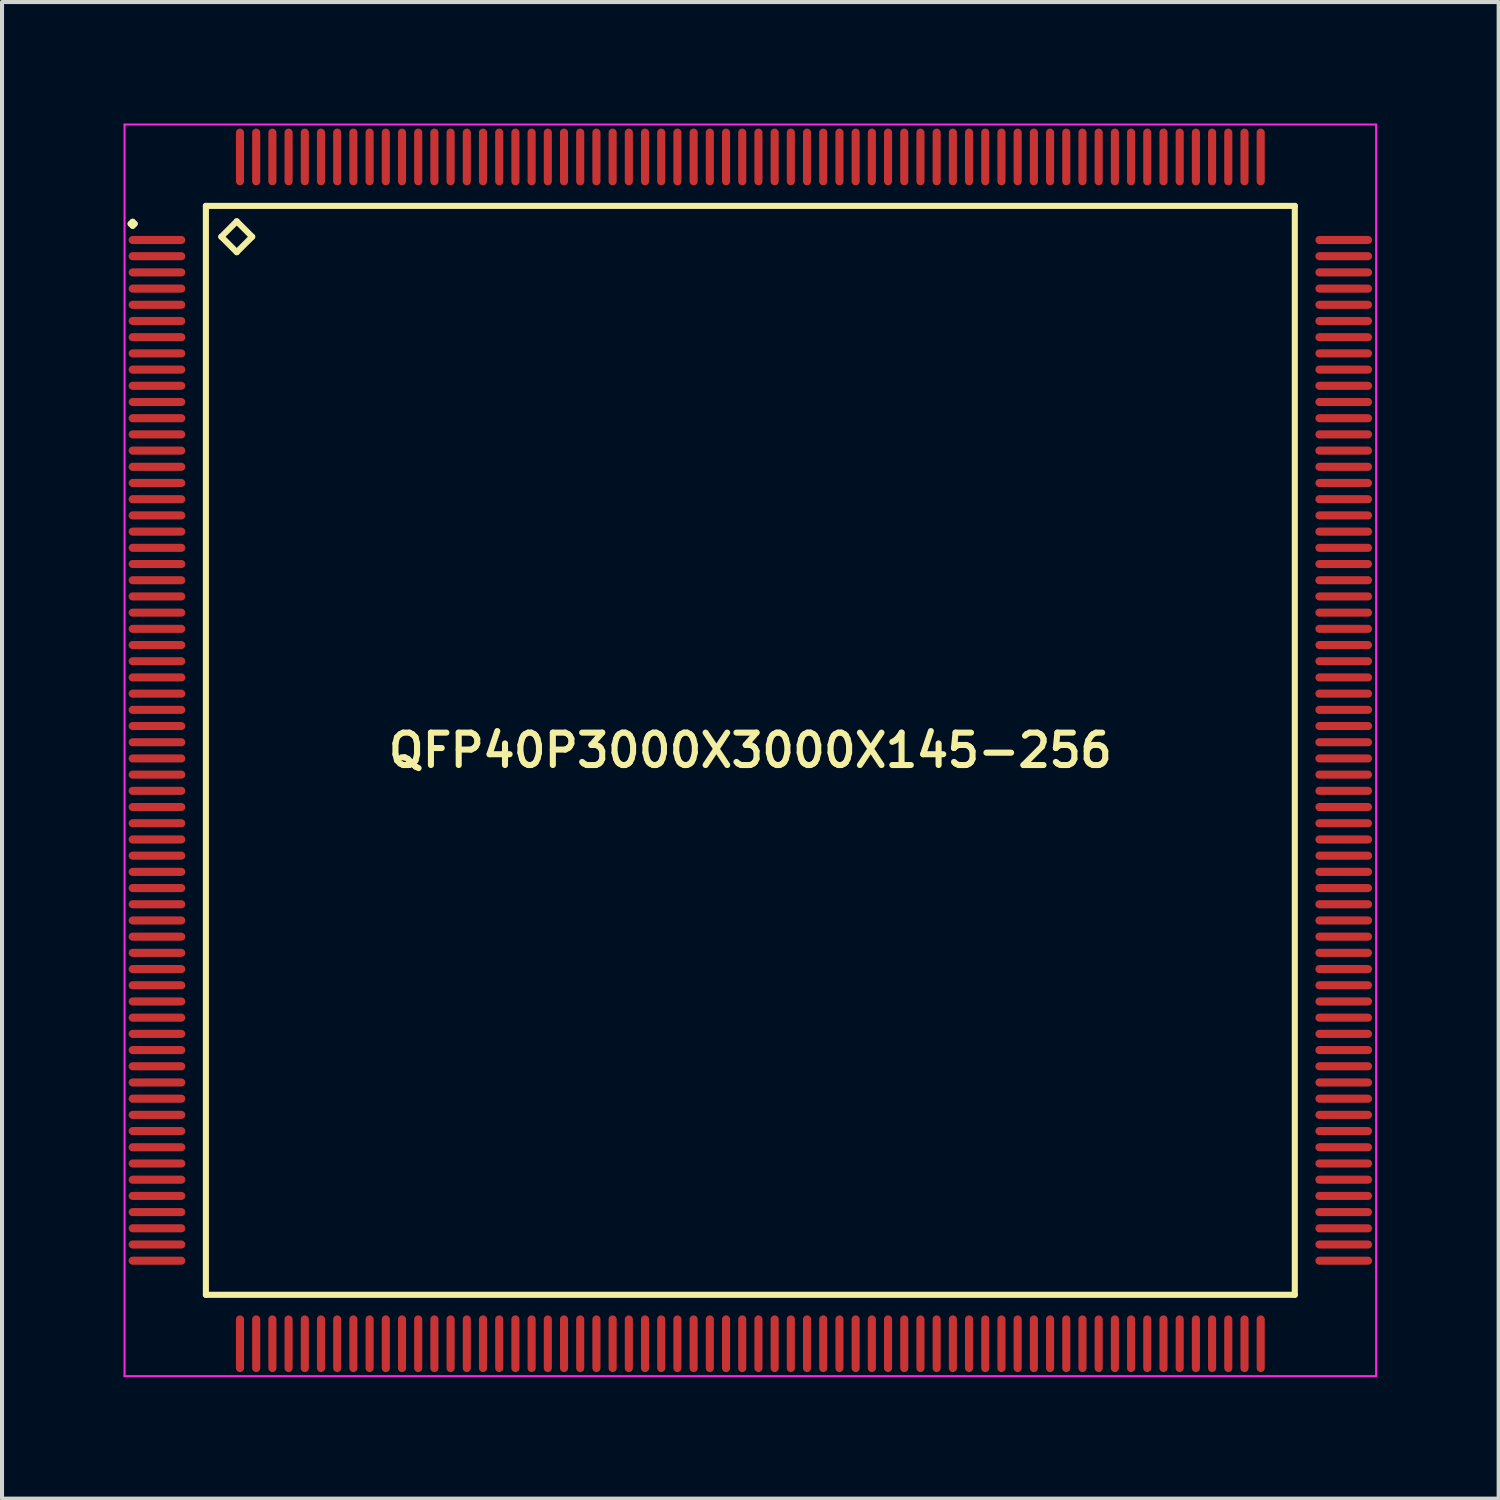
<source format=kicad_pcb>
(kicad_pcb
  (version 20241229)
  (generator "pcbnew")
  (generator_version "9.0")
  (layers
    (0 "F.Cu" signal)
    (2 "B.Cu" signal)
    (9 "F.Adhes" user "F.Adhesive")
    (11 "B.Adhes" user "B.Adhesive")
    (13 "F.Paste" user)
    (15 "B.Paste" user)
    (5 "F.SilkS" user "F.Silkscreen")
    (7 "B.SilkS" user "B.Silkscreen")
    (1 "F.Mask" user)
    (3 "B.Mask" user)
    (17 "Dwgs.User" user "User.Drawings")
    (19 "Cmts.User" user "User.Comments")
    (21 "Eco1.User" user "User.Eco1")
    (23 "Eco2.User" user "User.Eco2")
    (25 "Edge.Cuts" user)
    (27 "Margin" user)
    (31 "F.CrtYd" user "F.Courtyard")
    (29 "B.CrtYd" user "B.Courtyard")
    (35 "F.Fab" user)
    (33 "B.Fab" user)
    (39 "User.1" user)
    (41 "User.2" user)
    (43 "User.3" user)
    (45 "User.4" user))
  (footprint "QFP40P3000X3000X145-256"
    (layer "F.Cu")
    (at 15.475 15.475)
    (property "Reference" "QFP40P3000X3000X145-256" (at 0 0 0) (layer "F.SilkS") (effects (font (size 0.8 0.8) (thickness 0.15))))
    (attr smd)
    (fp_line (start -15.3 -13) (end -15.25 -13.05) (stroke (width 0.15) (type solid)) (layer "F.SilkS"))
    (fp_line (start -15.25 -13.05) (end -15.2 -13) (stroke (width 0.15) (type solid)) (layer "F.SilkS"))
    (fp_line (start -15.25 -12.95) (end -15.3 -13) (stroke (width 0.15) (type solid)) (layer "F.SilkS"))
    (fp_line (start -15.2 -13) (end -15.25 -12.95) (stroke (width 0.15) (type solid)) (layer "F.SilkS"))
    (fp_line (start -13.442 -13.442) (end -13.442 13.442) (stroke (width 0.15) (type solid)) (layer "F.SilkS"))
    (fp_line (start -13.442 13.442) (end 13.442 13.442) (stroke (width 0.15) (type solid)) (layer "F.SilkS"))
    (fp_line (start -13.061 -12.68) (end -12.68 -13.061) (stroke (width 0.15) (type solid)) (layer "F.SilkS"))
    (fp_line (start -12.68 -13.061) (end -12.299 -12.68) (stroke (width 0.15) (type solid)) (layer "F.SilkS"))
    (fp_line (start -12.68 -12.299) (end -13.061 -12.68) (stroke (width 0.15) (type solid)) (layer "F.SilkS"))
    (fp_line (start -12.299 -12.68) (end -12.68 -12.299) (stroke (width 0.15) (type solid)) (layer "F.SilkS"))
    (fp_line (start 13.442 -13.442) (end -13.442 -13.442) (stroke (width 0.15) (type solid)) (layer "F.SilkS"))
    (fp_line (start 13.442 13.442) (end 13.442 -13.442) (stroke (width 0.15) (type solid)) (layer "F.SilkS"))
    (fp_line (start -15.45 -15.45) (end 15.45 -15.45) (stroke (width 0.05) (type solid)) (layer "F.CrtYd"))
    (fp_line (start -15.45 15.45) (end -15.45 -15.45) (stroke (width 0.05) (type solid)) (layer "F.CrtYd"))
    (fp_line (start 15.45 -15.45) (end 15.45 15.45) (stroke (width 0.05) (type solid)) (layer "F.CrtYd"))
    (fp_line (start 15.45 15.45) (end -15.45 15.45) (stroke (width 0.05) (type solid)) (layer "F.CrtYd"))
    (pad "1" smd oval (at -14.65 -12.6) (size 1.4 0.2) (layers "F.Cu" "F.Mask" "F.Paste"))
    (pad "2" smd oval (at -14.65 -12.2) (size 1.4 0.2) (layers "F.Cu" "F.Mask" "F.Paste"))
    (pad "3" smd oval (at -14.65 -11.8) (size 1.4 0.2) (layers "F.Cu" "F.Mask" "F.Paste"))
    (pad "4" smd oval (at -14.65 -11.4) (size 1.4 0.2) (layers "F.Cu" "F.Mask" "F.Paste"))
    (pad "5" smd oval (at -14.65 -11) (size 1.4 0.2) (layers "F.Cu" "F.Mask" "F.Paste"))
    (pad "6" smd oval (at -14.65 -10.6) (size 1.4 0.2) (layers "F.Cu" "F.Mask" "F.Paste"))
    (pad "7" smd oval (at -14.65 -10.2) (size 1.4 0.2) (layers "F.Cu" "F.Mask" "F.Paste"))
    (pad "8" smd oval (at -14.65 -9.8) (size 1.4 0.2) (layers "F.Cu" "F.Mask" "F.Paste"))
    (pad "9" smd oval (at -14.65 -9.4) (size 1.4 0.2) (layers "F.Cu" "F.Mask" "F.Paste"))
    (pad "10" smd oval (at -14.65 -9) (size 1.4 0.2) (layers "F.Cu" "F.Mask" "F.Paste"))
    (pad "11" smd oval (at -14.65 -8.6) (size 1.4 0.2) (layers "F.Cu" "F.Mask" "F.Paste"))
    (pad "12" smd oval (at -14.65 -8.2) (size 1.4 0.2) (layers "F.Cu" "F.Mask" "F.Paste"))
    (pad "13" smd oval (at -14.65 -7.8) (size 1.4 0.2) (layers "F.Cu" "F.Mask" "F.Paste"))
    (pad "14" smd oval (at -14.65 -7.4) (size 1.4 0.2) (layers "F.Cu" "F.Mask" "F.Paste"))
    (pad "15" smd oval (at -14.65 -7) (size 1.4 0.2) (layers "F.Cu" "F.Mask" "F.Paste"))
    (pad "16" smd oval (at -14.65 -6.6) (size 1.4 0.2) (layers "F.Cu" "F.Mask" "F.Paste"))
    (pad "17" smd oval (at -14.65 -6.2) (size 1.4 0.2) (layers "F.Cu" "F.Mask" "F.Paste"))
    (pad "18" smd oval (at -14.65 -5.8) (size 1.4 0.2) (layers "F.Cu" "F.Mask" "F.Paste"))
    (pad "19" smd oval (at -14.65 -5.4) (size 1.4 0.2) (layers "F.Cu" "F.Mask" "F.Paste"))
    (pad "20" smd oval (at -14.65 -5) (size 1.4 0.2) (layers "F.Cu" "F.Mask" "F.Paste"))
    (pad "21" smd oval (at -14.65 -4.6) (size 1.4 0.2) (layers "F.Cu" "F.Mask" "F.Paste"))
    (pad "22" smd oval (at -14.65 -4.2) (size 1.4 0.2) (layers "F.Cu" "F.Mask" "F.Paste"))
    (pad "23" smd oval (at -14.65 -3.8) (size 1.4 0.2) (layers "F.Cu" "F.Mask" "F.Paste"))
    (pad "24" smd oval (at -14.65 -3.4) (size 1.4 0.2) (layers "F.Cu" "F.Mask" "F.Paste"))
    (pad "25" smd oval (at -14.65 -3) (size 1.4 0.2) (layers "F.Cu" "F.Mask" "F.Paste"))
    (pad "26" smd oval (at -14.65 -2.6) (size 1.4 0.2) (layers "F.Cu" "F.Mask" "F.Paste"))
    (pad "27" smd oval (at -14.65 -2.2) (size 1.4 0.2) (layers "F.Cu" "F.Mask" "F.Paste"))
    (pad "28" smd oval (at -14.65 -1.8) (size 1.4 0.2) (layers "F.Cu" "F.Mask" "F.Paste"))
    (pad "29" smd oval (at -14.65 -1.4) (size 1.4 0.2) (layers "F.Cu" "F.Mask" "F.Paste"))
    (pad "30" smd oval (at -14.65 -1) (size 1.4 0.2) (layers "F.Cu" "F.Mask" "F.Paste"))
    (pad "31" smd oval (at -14.65 -0.6) (size 1.4 0.2) (layers "F.Cu" "F.Mask" "F.Paste"))
    (pad "32" smd oval (at -14.65 -0.2) (size 1.4 0.2) (layers "F.Cu" "F.Mask" "F.Paste"))
    (pad "33" smd oval (at -14.65 0.2) (size 1.4 0.2) (layers "F.Cu" "F.Mask" "F.Paste"))
    (pad "34" smd oval (at -14.65 0.6) (size 1.4 0.2) (layers "F.Cu" "F.Mask" "F.Paste"))
    (pad "35" smd oval (at -14.65 1) (size 1.4 0.2) (layers "F.Cu" "F.Mask" "F.Paste"))
    (pad "36" smd oval (at -14.65 1.4) (size 1.4 0.2) (layers "F.Cu" "F.Mask" "F.Paste"))
    (pad "37" smd oval (at -14.65 1.8) (size 1.4 0.2) (layers "F.Cu" "F.Mask" "F.Paste"))
    (pad "38" smd oval (at -14.65 2.2) (size 1.4 0.2) (layers "F.Cu" "F.Mask" "F.Paste"))
    (pad "39" smd oval (at -14.65 2.6) (size 1.4 0.2) (layers "F.Cu" "F.Mask" "F.Paste"))
    (pad "40" smd oval (at -14.65 3) (size 1.4 0.2) (layers "F.Cu" "F.Mask" "F.Paste"))
    (pad "41" smd oval (at -14.65 3.4) (size 1.4 0.2) (layers "F.Cu" "F.Mask" "F.Paste"))
    (pad "42" smd oval (at -14.65 3.8) (size 1.4 0.2) (layers "F.Cu" "F.Mask" "F.Paste"))
    (pad "43" smd oval (at -14.65 4.2) (size 1.4 0.2) (layers "F.Cu" "F.Mask" "F.Paste"))
    (pad "44" smd oval (at -14.65 4.6) (size 1.4 0.2) (layers "F.Cu" "F.Mask" "F.Paste"))
    (pad "45" smd oval (at -14.65 5) (size 1.4 0.2) (layers "F.Cu" "F.Mask" "F.Paste"))
    (pad "46" smd oval (at -14.65 5.4) (size 1.4 0.2) (layers "F.Cu" "F.Mask" "F.Paste"))
    (pad "47" smd oval (at -14.65 5.8) (size 1.4 0.2) (layers "F.Cu" "F.Mask" "F.Paste"))
    (pad "48" smd oval (at -14.65 6.2) (size 1.4 0.2) (layers "F.Cu" "F.Mask" "F.Paste"))
    (pad "49" smd oval (at -14.65 6.6) (size 1.4 0.2) (layers "F.Cu" "F.Mask" "F.Paste"))
    (pad "50" smd oval (at -14.65 7) (size 1.4 0.2) (layers "F.Cu" "F.Mask" "F.Paste"))
    (pad "51" smd oval (at -14.65 7.4) (size 1.4 0.2) (layers "F.Cu" "F.Mask" "F.Paste"))
    (pad "52" smd oval (at -14.65 7.8) (size 1.4 0.2) (layers "F.Cu" "F.Mask" "F.Paste"))
    (pad "53" smd oval (at -14.65 8.2) (size 1.4 0.2) (layers "F.Cu" "F.Mask" "F.Paste"))
    (pad "54" smd oval (at -14.65 8.6) (size 1.4 0.2) (layers "F.Cu" "F.Mask" "F.Paste"))
    (pad "55" smd oval (at -14.65 9) (size 1.4 0.2) (layers "F.Cu" "F.Mask" "F.Paste"))
    (pad "56" smd oval (at -14.65 9.4) (size 1.4 0.2) (layers "F.Cu" "F.Mask" "F.Paste"))
    (pad "57" smd oval (at -14.65 9.8) (size 1.4 0.2) (layers "F.Cu" "F.Mask" "F.Paste"))
    (pad "58" smd oval (at -14.65 10.2) (size 1.4 0.2) (layers "F.Cu" "F.Mask" "F.Paste"))
    (pad "59" smd oval (at -14.65 10.6) (size 1.4 0.2) (layers "F.Cu" "F.Mask" "F.Paste"))
    (pad "60" smd oval (at -14.65 11) (size 1.4 0.2) (layers "F.Cu" "F.Mask" "F.Paste"))
    (pad "61" smd oval (at -14.65 11.4) (size 1.4 0.2) (layers "F.Cu" "F.Mask" "F.Paste"))
    (pad "62" smd oval (at -14.65 11.8) (size 1.4 0.2) (layers "F.Cu" "F.Mask" "F.Paste"))
    (pad "63" smd oval (at -14.65 12.2) (size 1.4 0.2) (layers "F.Cu" "F.Mask" "F.Paste"))
    (pad "64" smd oval (at -14.65 12.6) (size 1.4 0.2) (layers "F.Cu" "F.Mask" "F.Paste"))
    (pad "65" smd oval (at -12.6 14.65) (size 0.2 1.4) (layers "F.Cu" "F.Mask" "F.Paste"))
    (pad "66" smd oval (at -12.2 14.65) (size 0.2 1.4) (layers "F.Cu" "F.Mask" "F.Paste"))
    (pad "67" smd oval (at -11.8 14.65) (size 0.2 1.4) (layers "F.Cu" "F.Mask" "F.Paste"))
    (pad "68" smd oval (at -11.4 14.65) (size 0.2 1.4) (layers "F.Cu" "F.Mask" "F.Paste"))
    (pad "69" smd oval (at -11 14.65) (size 0.2 1.4) (layers "F.Cu" "F.Mask" "F.Paste"))
    (pad "70" smd oval (at -10.6 14.65) (size 0.2 1.4) (layers "F.Cu" "F.Mask" "F.Paste"))
    (pad "71" smd oval (at -10.2 14.65) (size 0.2 1.4) (layers "F.Cu" "F.Mask" "F.Paste"))
    (pad "72" smd oval (at -9.8 14.65) (size 0.2 1.4) (layers "F.Cu" "F.Mask" "F.Paste"))
    (pad "73" smd oval (at -9.4 14.65) (size 0.2 1.4) (layers "F.Cu" "F.Mask" "F.Paste"))
    (pad "74" smd oval (at -9 14.65) (size 0.2 1.4) (layers "F.Cu" "F.Mask" "F.Paste"))
    (pad "75" smd oval (at -8.6 14.65) (size 0.2 1.4) (layers "F.Cu" "F.Mask" "F.Paste"))
    (pad "76" smd oval (at -8.2 14.65) (size 0.2 1.4) (layers "F.Cu" "F.Mask" "F.Paste"))
    (pad "77" smd oval (at -7.8 14.65) (size 0.2 1.4) (layers "F.Cu" "F.Mask" "F.Paste"))
    (pad "78" smd oval (at -7.4 14.65) (size 0.2 1.4) (layers "F.Cu" "F.Mask" "F.Paste"))
    (pad "79" smd oval (at -7 14.65) (size 0.2 1.4) (layers "F.Cu" "F.Mask" "F.Paste"))
    (pad "80" smd oval (at -6.6 14.65) (size 0.2 1.4) (layers "F.Cu" "F.Mask" "F.Paste"))
    (pad "81" smd oval (at -6.2 14.65) (size 0.2 1.4) (layers "F.Cu" "F.Mask" "F.Paste"))
    (pad "82" smd oval (at -5.8 14.65) (size 0.2 1.4) (layers "F.Cu" "F.Mask" "F.Paste"))
    (pad "83" smd oval (at -5.4 14.65) (size 0.2 1.4) (layers "F.Cu" "F.Mask" "F.Paste"))
    (pad "84" smd oval (at -5 14.65) (size 0.2 1.4) (layers "F.Cu" "F.Mask" "F.Paste"))
    (pad "85" smd oval (at -4.6 14.65) (size 0.2 1.4) (layers "F.Cu" "F.Mask" "F.Paste"))
    (pad "86" smd oval (at -4.2 14.65) (size 0.2 1.4) (layers "F.Cu" "F.Mask" "F.Paste"))
    (pad "87" smd oval (at -3.8 14.65) (size 0.2 1.4) (layers "F.Cu" "F.Mask" "F.Paste"))
    (pad "88" smd oval (at -3.4 14.65) (size 0.2 1.4) (layers "F.Cu" "F.Mask" "F.Paste"))
    (pad "89" smd oval (at -3 14.65) (size 0.2 1.4) (layers "F.Cu" "F.Mask" "F.Paste"))
    (pad "90" smd oval (at -2.6 14.65) (size 0.2 1.4) (layers "F.Cu" "F.Mask" "F.Paste"))
    (pad "91" smd oval (at -2.2 14.65) (size 0.2 1.4) (layers "F.Cu" "F.Mask" "F.Paste"))
    (pad "92" smd oval (at -1.8 14.65) (size 0.2 1.4) (layers "F.Cu" "F.Mask" "F.Paste"))
    (pad "93" smd oval (at -1.4 14.65) (size 0.2 1.4) (layers "F.Cu" "F.Mask" "F.Paste"))
    (pad "94" smd oval (at -1 14.65) (size 0.2 1.4) (layers "F.Cu" "F.Mask" "F.Paste"))
    (pad "95" smd oval (at -0.6 14.65) (size 0.2 1.4) (layers "F.Cu" "F.Mask" "F.Paste"))
    (pad "96" smd oval (at -0.2 14.65) (size 0.2 1.4) (layers "F.Cu" "F.Mask" "F.Paste"))
    (pad "97" smd oval (at 0.2 14.65) (size 0.2 1.4) (layers "F.Cu" "F.Mask" "F.Paste"))
    (pad "98" smd oval (at 0.6 14.65) (size 0.2 1.4) (layers "F.Cu" "F.Mask" "F.Paste"))
    (pad "99" smd oval (at 1 14.65) (size 0.2 1.4) (layers "F.Cu" "F.Mask" "F.Paste"))
    (pad "100" smd oval (at 1.4 14.65) (size 0.2 1.4) (layers "F.Cu" "F.Mask" "F.Paste"))
    (pad "101" smd oval (at 1.8 14.65) (size 0.2 1.4) (layers "F.Cu" "F.Mask" "F.Paste"))
    (pad "102" smd oval (at 2.2 14.65) (size 0.2 1.4) (layers "F.Cu" "F.Mask" "F.Paste"))
    (pad "103" smd oval (at 2.6 14.65) (size 0.2 1.4) (layers "F.Cu" "F.Mask" "F.Paste"))
    (pad "104" smd oval (at 3 14.65) (size 0.2 1.4) (layers "F.Cu" "F.Mask" "F.Paste"))
    (pad "105" smd oval (at 3.4 14.65) (size 0.2 1.4) (layers "F.Cu" "F.Mask" "F.Paste"))
    (pad "106" smd oval (at 3.8 14.65) (size 0.2 1.4) (layers "F.Cu" "F.Mask" "F.Paste"))
    (pad "107" smd oval (at 4.2 14.65) (size 0.2 1.4) (layers "F.Cu" "F.Mask" "F.Paste"))
    (pad "108" smd oval (at 4.6 14.65) (size 0.2 1.4) (layers "F.Cu" "F.Mask" "F.Paste"))
    (pad "109" smd oval (at 5 14.65) (size 0.2 1.4) (layers "F.Cu" "F.Mask" "F.Paste"))
    (pad "110" smd oval (at 5.4 14.65) (size 0.2 1.4) (layers "F.Cu" "F.Mask" "F.Paste"))
    (pad "111" smd oval (at 5.8 14.65) (size 0.2 1.4) (layers "F.Cu" "F.Mask" "F.Paste"))
    (pad "112" smd oval (at 6.2 14.65) (size 0.2 1.4) (layers "F.Cu" "F.Mask" "F.Paste"))
    (pad "113" smd oval (at 6.6 14.65) (size 0.2 1.4) (layers "F.Cu" "F.Mask" "F.Paste"))
    (pad "114" smd oval (at 7 14.65) (size 0.2 1.4) (layers "F.Cu" "F.Mask" "F.Paste"))
    (pad "115" smd oval (at 7.4 14.65) (size 0.2 1.4) (layers "F.Cu" "F.Mask" "F.Paste"))
    (pad "116" smd oval (at 7.8 14.65) (size 0.2 1.4) (layers "F.Cu" "F.Mask" "F.Paste"))
    (pad "117" smd oval (at 8.2 14.65) (size 0.2 1.4) (layers "F.Cu" "F.Mask" "F.Paste"))
    (pad "118" smd oval (at 8.6 14.65) (size 0.2 1.4) (layers "F.Cu" "F.Mask" "F.Paste"))
    (pad "119" smd oval (at 9 14.65) (size 0.2 1.4) (layers "F.Cu" "F.Mask" "F.Paste"))
    (pad "120" smd oval (at 9.4 14.65) (size 0.2 1.4) (layers "F.Cu" "F.Mask" "F.Paste"))
    (pad "121" smd oval (at 9.8 14.65) (size 0.2 1.4) (layers "F.Cu" "F.Mask" "F.Paste"))
    (pad "122" smd oval (at 10.2 14.65) (size 0.2 1.4) (layers "F.Cu" "F.Mask" "F.Paste"))
    (pad "123" smd oval (at 10.6 14.65) (size 0.2 1.4) (layers "F.Cu" "F.Mask" "F.Paste"))
    (pad "124" smd oval (at 11 14.65) (size 0.2 1.4) (layers "F.Cu" "F.Mask" "F.Paste"))
    (pad "125" smd oval (at 11.4 14.65) (size 0.2 1.4) (layers "F.Cu" "F.Mask" "F.Paste"))
    (pad "126" smd oval (at 11.8 14.65) (size 0.2 1.4) (layers "F.Cu" "F.Mask" "F.Paste"))
    (pad "127" smd oval (at 12.2 14.65) (size 0.2 1.4) (layers "F.Cu" "F.Mask" "F.Paste"))
    (pad "128" smd oval (at 12.6 14.65) (size 0.2 1.4) (layers "F.Cu" "F.Mask" "F.Paste"))
    (pad "129" smd oval (at 14.65 12.6) (size 1.4 0.2) (layers "F.Cu" "F.Mask" "F.Paste"))
    (pad "130" smd oval (at 14.65 12.2) (size 1.4 0.2) (layers "F.Cu" "F.Mask" "F.Paste"))
    (pad "131" smd oval (at 14.65 11.8) (size 1.4 0.2) (layers "F.Cu" "F.Mask" "F.Paste"))
    (pad "132" smd oval (at 14.65 11.4) (size 1.4 0.2) (layers "F.Cu" "F.Mask" "F.Paste"))
    (pad "133" smd oval (at 14.65 11) (size 1.4 0.2) (layers "F.Cu" "F.Mask" "F.Paste"))
    (pad "134" smd oval (at 14.65 10.6) (size 1.4 0.2) (layers "F.Cu" "F.Mask" "F.Paste"))
    (pad "135" smd oval (at 14.65 10.2) (size 1.4 0.2) (layers "F.Cu" "F.Mask" "F.Paste"))
    (pad "136" smd oval (at 14.65 9.8) (size 1.4 0.2) (layers "F.Cu" "F.Mask" "F.Paste"))
    (pad "137" smd oval (at 14.65 9.4) (size 1.4 0.2) (layers "F.Cu" "F.Mask" "F.Paste"))
    (pad "138" smd oval (at 14.65 9) (size 1.4 0.2) (layers "F.Cu" "F.Mask" "F.Paste"))
    (pad "139" smd oval (at 14.65 8.6) (size 1.4 0.2) (layers "F.Cu" "F.Mask" "F.Paste"))
    (pad "140" smd oval (at 14.65 8.2) (size 1.4 0.2) (layers "F.Cu" "F.Mask" "F.Paste"))
    (pad "141" smd oval (at 14.65 7.8) (size 1.4 0.2) (layers "F.Cu" "F.Mask" "F.Paste"))
    (pad "142" smd oval (at 14.65 7.4) (size 1.4 0.2) (layers "F.Cu" "F.Mask" "F.Paste"))
    (pad "143" smd oval (at 14.65 7) (size 1.4 0.2) (layers "F.Cu" "F.Mask" "F.Paste"))
    (pad "144" smd oval (at 14.65 6.6) (size 1.4 0.2) (layers "F.Cu" "F.Mask" "F.Paste"))
    (pad "145" smd oval (at 14.65 6.2) (size 1.4 0.2) (layers "F.Cu" "F.Mask" "F.Paste"))
    (pad "146" smd oval (at 14.65 5.8) (size 1.4 0.2) (layers "F.Cu" "F.Mask" "F.Paste"))
    (pad "147" smd oval (at 14.65 5.4) (size 1.4 0.2) (layers "F.Cu" "F.Mask" "F.Paste"))
    (pad "148" smd oval (at 14.65 5) (size 1.4 0.2) (layers "F.Cu" "F.Mask" "F.Paste"))
    (pad "149" smd oval (at 14.65 4.6) (size 1.4 0.2) (layers "F.Cu" "F.Mask" "F.Paste"))
    (pad "150" smd oval (at 14.65 4.2) (size 1.4 0.2) (layers "F.Cu" "F.Mask" "F.Paste"))
    (pad "151" smd oval (at 14.65 3.8) (size 1.4 0.2) (layers "F.Cu" "F.Mask" "F.Paste"))
    (pad "152" smd oval (at 14.65 3.4) (size 1.4 0.2) (layers "F.Cu" "F.Mask" "F.Paste"))
    (pad "153" smd oval (at 14.65 3) (size 1.4 0.2) (layers "F.Cu" "F.Mask" "F.Paste"))
    (pad "154" smd oval (at 14.65 2.6) (size 1.4 0.2) (layers "F.Cu" "F.Mask" "F.Paste"))
    (pad "155" smd oval (at 14.65 2.2) (size 1.4 0.2) (layers "F.Cu" "F.Mask" "F.Paste"))
    (pad "156" smd oval (at 14.65 1.8) (size 1.4 0.2) (layers "F.Cu" "F.Mask" "F.Paste"))
    (pad "157" smd oval (at 14.65 1.4) (size 1.4 0.2) (layers "F.Cu" "F.Mask" "F.Paste"))
    (pad "158" smd oval (at 14.65 1) (size 1.4 0.2) (layers "F.Cu" "F.Mask" "F.Paste"))
    (pad "159" smd oval (at 14.65 0.6) (size 1.4 0.2) (layers "F.Cu" "F.Mask" "F.Paste"))
    (pad "160" smd oval (at 14.65 0.2) (size 1.4 0.2) (layers "F.Cu" "F.Mask" "F.Paste"))
    (pad "161" smd oval (at 14.65 -0.2) (size 1.4 0.2) (layers "F.Cu" "F.Mask" "F.Paste"))
    (pad "162" smd oval (at 14.65 -0.6) (size 1.4 0.2) (layers "F.Cu" "F.Mask" "F.Paste"))
    (pad "163" smd oval (at 14.65 -1) (size 1.4 0.2) (layers "F.Cu" "F.Mask" "F.Paste"))
    (pad "164" smd oval (at 14.65 -1.4) (size 1.4 0.2) (layers "F.Cu" "F.Mask" "F.Paste"))
    (pad "165" smd oval (at 14.65 -1.8) (size 1.4 0.2) (layers "F.Cu" "F.Mask" "F.Paste"))
    (pad "166" smd oval (at 14.65 -2.2) (size 1.4 0.2) (layers "F.Cu" "F.Mask" "F.Paste"))
    (pad "167" smd oval (at 14.65 -2.6) (size 1.4 0.2) (layers "F.Cu" "F.Mask" "F.Paste"))
    (pad "168" smd oval (at 14.65 -3) (size 1.4 0.2) (layers "F.Cu" "F.Mask" "F.Paste"))
    (pad "169" smd oval (at 14.65 -3.4) (size 1.4 0.2) (layers "F.Cu" "F.Mask" "F.Paste"))
    (pad "170" smd oval (at 14.65 -3.8) (size 1.4 0.2) (layers "F.Cu" "F.Mask" "F.Paste"))
    (pad "171" smd oval (at 14.65 -4.2) (size 1.4 0.2) (layers "F.Cu" "F.Mask" "F.Paste"))
    (pad "172" smd oval (at 14.65 -4.6) (size 1.4 0.2) (layers "F.Cu" "F.Mask" "F.Paste"))
    (pad "173" smd oval (at 14.65 -5) (size 1.4 0.2) (layers "F.Cu" "F.Mask" "F.Paste"))
    (pad "174" smd oval (at 14.65 -5.4) (size 1.4 0.2) (layers "F.Cu" "F.Mask" "F.Paste"))
    (pad "175" smd oval (at 14.65 -5.8) (size 1.4 0.2) (layers "F.Cu" "F.Mask" "F.Paste"))
    (pad "176" smd oval (at 14.65 -6.2) (size 1.4 0.2) (layers "F.Cu" "F.Mask" "F.Paste"))
    (pad "177" smd oval (at 14.65 -6.6) (size 1.4 0.2) (layers "F.Cu" "F.Mask" "F.Paste"))
    (pad "178" smd oval (at 14.65 -7) (size 1.4 0.2) (layers "F.Cu" "F.Mask" "F.Paste"))
    (pad "179" smd oval (at 14.65 -7.4) (size 1.4 0.2) (layers "F.Cu" "F.Mask" "F.Paste"))
    (pad "180" smd oval (at 14.65 -7.8) (size 1.4 0.2) (layers "F.Cu" "F.Mask" "F.Paste"))
    (pad "181" smd oval (at 14.65 -8.2) (size 1.4 0.2) (layers "F.Cu" "F.Mask" "F.Paste"))
    (pad "182" smd oval (at 14.65 -8.6) (size 1.4 0.2) (layers "F.Cu" "F.Mask" "F.Paste"))
    (pad "183" smd oval (at 14.65 -9) (size 1.4 0.2) (layers "F.Cu" "F.Mask" "F.Paste"))
    (pad "184" smd oval (at 14.65 -9.4) (size 1.4 0.2) (layers "F.Cu" "F.Mask" "F.Paste"))
    (pad "185" smd oval (at 14.65 -9.8) (size 1.4 0.2) (layers "F.Cu" "F.Mask" "F.Paste"))
    (pad "186" smd oval (at 14.65 -10.2) (size 1.4 0.2) (layers "F.Cu" "F.Mask" "F.Paste"))
    (pad "187" smd oval (at 14.65 -10.6) (size 1.4 0.2) (layers "F.Cu" "F.Mask" "F.Paste"))
    (pad "188" smd oval (at 14.65 -11) (size 1.4 0.2) (layers "F.Cu" "F.Mask" "F.Paste"))
    (pad "189" smd oval (at 14.65 -11.4) (size 1.4 0.2) (layers "F.Cu" "F.Mask" "F.Paste"))
    (pad "190" smd oval (at 14.65 -11.8) (size 1.4 0.2) (layers "F.Cu" "F.Mask" "F.Paste"))
    (pad "191" smd oval (at 14.65 -12.2) (size 1.4 0.2) (layers "F.Cu" "F.Mask" "F.Paste"))
    (pad "192" smd oval (at 14.65 -12.6) (size 1.4 0.2) (layers "F.Cu" "F.Mask" "F.Paste"))
    (pad "193" smd oval (at 12.6 -14.65) (size 0.2 1.4) (layers "F.Cu" "F.Mask" "F.Paste"))
    (pad "194" smd oval (at 12.2 -14.65) (size 0.2 1.4) (layers "F.Cu" "F.Mask" "F.Paste"))
    (pad "195" smd oval (at 11.8 -14.65) (size 0.2 1.4) (layers "F.Cu" "F.Mask" "F.Paste"))
    (pad "196" smd oval (at 11.4 -14.65) (size 0.2 1.4) (layers "F.Cu" "F.Mask" "F.Paste"))
    (pad "197" smd oval (at 11 -14.65) (size 0.2 1.4) (layers "F.Cu" "F.Mask" "F.Paste"))
    (pad "198" smd oval (at 10.6 -14.65) (size 0.2 1.4) (layers "F.Cu" "F.Mask" "F.Paste"))
    (pad "199" smd oval (at 10.2 -14.65) (size 0.2 1.4) (layers "F.Cu" "F.Mask" "F.Paste"))
    (pad "200" smd oval (at 9.8 -14.65) (size 0.2 1.4) (layers "F.Cu" "F.Mask" "F.Paste"))
    (pad "201" smd oval (at 9.4 -14.65) (size 0.2 1.4) (layers "F.Cu" "F.Mask" "F.Paste"))
    (pad "202" smd oval (at 9 -14.65) (size 0.2 1.4) (layers "F.Cu" "F.Mask" "F.Paste"))
    (pad "203" smd oval (at 8.6 -14.65) (size 0.2 1.4) (layers "F.Cu" "F.Mask" "F.Paste"))
    (pad "204" smd oval (at 8.2 -14.65) (size 0.2 1.4) (layers "F.Cu" "F.Mask" "F.Paste"))
    (pad "205" smd oval (at 7.8 -14.65) (size 0.2 1.4) (layers "F.Cu" "F.Mask" "F.Paste"))
    (pad "206" smd oval (at 7.4 -14.65) (size 0.2 1.4) (layers "F.Cu" "F.Mask" "F.Paste"))
    (pad "207" smd oval (at 7 -14.65) (size 0.2 1.4) (layers "F.Cu" "F.Mask" "F.Paste"))
    (pad "208" smd oval (at 6.6 -14.65) (size 0.2 1.4) (layers "F.Cu" "F.Mask" "F.Paste"))
    (pad "209" smd oval (at 6.2 -14.65) (size 0.2 1.4) (layers "F.Cu" "F.Mask" "F.Paste"))
    (pad "210" smd oval (at 5.8 -14.65) (size 0.2 1.4) (layers "F.Cu" "F.Mask" "F.Paste"))
    (pad "211" smd oval (at 5.4 -14.65) (size 0.2 1.4) (layers "F.Cu" "F.Mask" "F.Paste"))
    (pad "212" smd oval (at 5 -14.65) (size 0.2 1.4) (layers "F.Cu" "F.Mask" "F.Paste"))
    (pad "213" smd oval (at 4.6 -14.65) (size 0.2 1.4) (layers "F.Cu" "F.Mask" "F.Paste"))
    (pad "214" smd oval (at 4.2 -14.65) (size 0.2 1.4) (layers "F.Cu" "F.Mask" "F.Paste"))
    (pad "215" smd oval (at 3.8 -14.65) (size 0.2 1.4) (layers "F.Cu" "F.Mask" "F.Paste"))
    (pad "216" smd oval (at 3.4 -14.65) (size 0.2 1.4) (layers "F.Cu" "F.Mask" "F.Paste"))
    (pad "217" smd oval (at 3 -14.65) (size 0.2 1.4) (layers "F.Cu" "F.Mask" "F.Paste"))
    (pad "218" smd oval (at 2.6 -14.65) (size 0.2 1.4) (layers "F.Cu" "F.Mask" "F.Paste"))
    (pad "219" smd oval (at 2.2 -14.65) (size 0.2 1.4) (layers "F.Cu" "F.Mask" "F.Paste"))
    (pad "220" smd oval (at 1.8 -14.65) (size 0.2 1.4) (layers "F.Cu" "F.Mask" "F.Paste"))
    (pad "221" smd oval (at 1.4 -14.65) (size 0.2 1.4) (layers "F.Cu" "F.Mask" "F.Paste"))
    (pad "222" smd oval (at 1 -14.65) (size 0.2 1.4) (layers "F.Cu" "F.Mask" "F.Paste"))
    (pad "223" smd oval (at 0.6 -14.65) (size 0.2 1.4) (layers "F.Cu" "F.Mask" "F.Paste"))
    (pad "224" smd oval (at 0.2 -14.65) (size 0.2 1.4) (layers "F.Cu" "F.Mask" "F.Paste"))
    (pad "225" smd oval (at -0.2 -14.65) (size 0.2 1.4) (layers "F.Cu" "F.Mask" "F.Paste"))
    (pad "226" smd oval (at -0.6 -14.65) (size 0.2 1.4) (layers "F.Cu" "F.Mask" "F.Paste"))
    (pad "227" smd oval (at -1 -14.65) (size 0.2 1.4) (layers "F.Cu" "F.Mask" "F.Paste"))
    (pad "228" smd oval (at -1.4 -14.65) (size 0.2 1.4) (layers "F.Cu" "F.Mask" "F.Paste"))
    (pad "229" smd oval (at -1.8 -14.65) (size 0.2 1.4) (layers "F.Cu" "F.Mask" "F.Paste"))
    (pad "230" smd oval (at -2.2 -14.65) (size 0.2 1.4) (layers "F.Cu" "F.Mask" "F.Paste"))
    (pad "231" smd oval (at -2.6 -14.65) (size 0.2 1.4) (layers "F.Cu" "F.Mask" "F.Paste"))
    (pad "232" smd oval (at -3 -14.65) (size 0.2 1.4) (layers "F.Cu" "F.Mask" "F.Paste"))
    (pad "233" smd oval (at -3.4 -14.65) (size 0.2 1.4) (layers "F.Cu" "F.Mask" "F.Paste"))
    (pad "234" smd oval (at -3.8 -14.65) (size 0.2 1.4) (layers "F.Cu" "F.Mask" "F.Paste"))
    (pad "235" smd oval (at -4.2 -14.65) (size 0.2 1.4) (layers "F.Cu" "F.Mask" "F.Paste"))
    (pad "236" smd oval (at -4.6 -14.65) (size 0.2 1.4) (layers "F.Cu" "F.Mask" "F.Paste"))
    (pad "237" smd oval (at -5 -14.65) (size 0.2 1.4) (layers "F.Cu" "F.Mask" "F.Paste"))
    (pad "238" smd oval (at -5.4 -14.65) (size 0.2 1.4) (layers "F.Cu" "F.Mask" "F.Paste"))
    (pad "239" smd oval (at -5.8 -14.65) (size 0.2 1.4) (layers "F.Cu" "F.Mask" "F.Paste"))
    (pad "240" smd oval (at -6.2 -14.65) (size 0.2 1.4) (layers "F.Cu" "F.Mask" "F.Paste"))
    (pad "241" smd oval (at -6.6 -14.65) (size 0.2 1.4) (layers "F.Cu" "F.Mask" "F.Paste"))
    (pad "242" smd oval (at -7 -14.65) (size 0.2 1.4) (layers "F.Cu" "F.Mask" "F.Paste"))
    (pad "243" smd oval (at -7.4 -14.65) (size 0.2 1.4) (layers "F.Cu" "F.Mask" "F.Paste"))
    (pad "244" smd oval (at -7.8 -14.65) (size 0.2 1.4) (layers "F.Cu" "F.Mask" "F.Paste"))
    (pad "245" smd oval (at -8.2 -14.65) (size 0.2 1.4) (layers "F.Cu" "F.Mask" "F.Paste"))
    (pad "246" smd oval (at -8.6 -14.65) (size 0.2 1.4) (layers "F.Cu" "F.Mask" "F.Paste"))
    (pad "247" smd oval (at -9 -14.65) (size 0.2 1.4) (layers "F.Cu" "F.Mask" "F.Paste"))
    (pad "248" smd oval (at -9.4 -14.65) (size 0.2 1.4) (layers "F.Cu" "F.Mask" "F.Paste"))
    (pad "249" smd oval (at -9.8 -14.65) (size 0.2 1.4) (layers "F.Cu" "F.Mask" "F.Paste"))
    (pad "250" smd oval (at -10.2 -14.65) (size 0.2 1.4) (layers "F.Cu" "F.Mask" "F.Paste"))
    (pad "251" smd oval (at -10.6 -14.65) (size 0.2 1.4) (layers "F.Cu" "F.Mask" "F.Paste"))
    (pad "252" smd oval (at -11 -14.65) (size 0.2 1.4) (layers "F.Cu" "F.Mask" "F.Paste"))
    (pad "253" smd oval (at -11.4 -14.65) (size 0.2 1.4) (layers "F.Cu" "F.Mask" "F.Paste"))
    (pad "254" smd oval (at -11.8 -14.65) (size 0.2 1.4) (layers "F.Cu" "F.Mask" "F.Paste"))
    (pad "255" smd oval (at -12.2 -14.65) (size 0.2 1.4) (layers "F.Cu" "F.Mask" "F.Paste"))
    (pad "256" smd oval (at -12.6 -14.65) (size 0.2 1.4) (layers "F.Cu" "F.Mask" "F.Paste")))
  (gr_rect
    (start -3 -3)
    (end 33.95 33.95)
    (stroke (width 0.1) (type default))
    (fill no)
    (layer "Edge.Cuts")))
</source>
